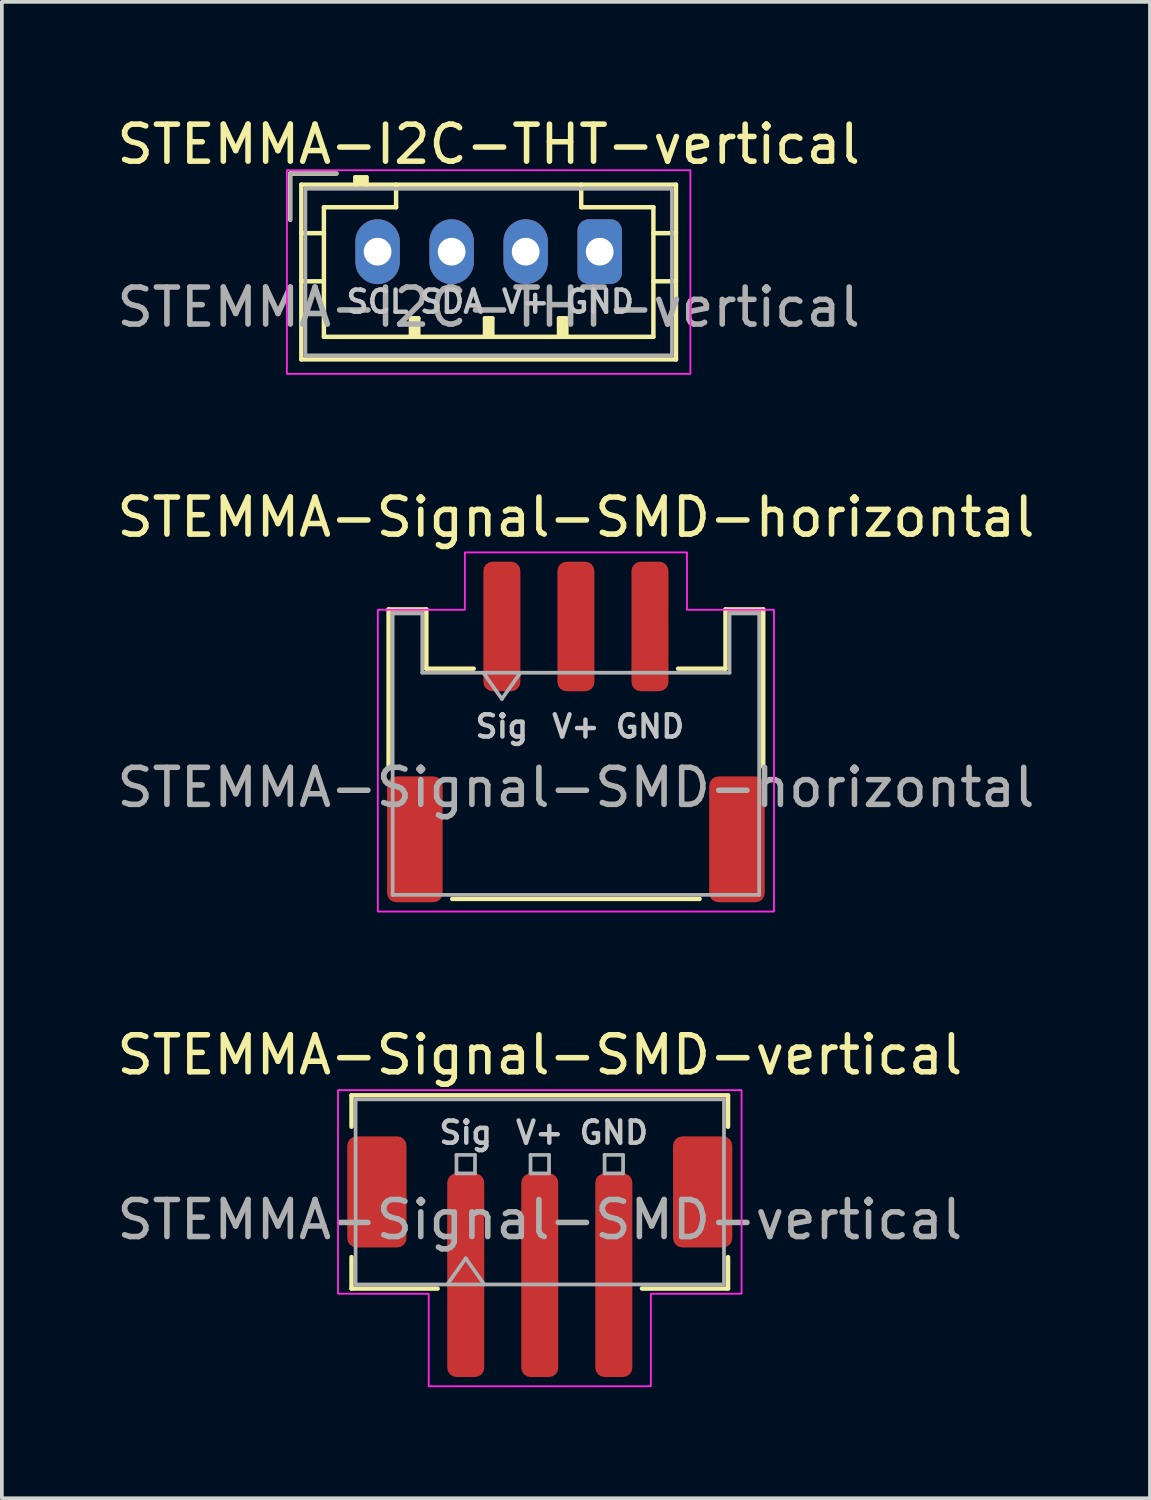
<source format=kicad_pcb>
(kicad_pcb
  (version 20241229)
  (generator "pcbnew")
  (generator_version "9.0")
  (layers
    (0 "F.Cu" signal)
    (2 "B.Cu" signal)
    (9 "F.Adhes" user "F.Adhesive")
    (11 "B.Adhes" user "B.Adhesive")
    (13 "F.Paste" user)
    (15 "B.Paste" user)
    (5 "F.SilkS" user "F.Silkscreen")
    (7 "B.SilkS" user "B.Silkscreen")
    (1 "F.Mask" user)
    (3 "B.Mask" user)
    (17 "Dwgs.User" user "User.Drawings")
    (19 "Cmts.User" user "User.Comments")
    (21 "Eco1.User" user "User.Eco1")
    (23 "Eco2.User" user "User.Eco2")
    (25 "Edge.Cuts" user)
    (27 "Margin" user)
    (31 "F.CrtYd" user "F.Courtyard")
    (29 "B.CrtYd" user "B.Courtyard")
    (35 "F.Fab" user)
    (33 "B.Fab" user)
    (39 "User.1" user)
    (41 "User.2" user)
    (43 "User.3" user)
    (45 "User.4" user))
  (footprint "STEMMA-Signal-SMD-vertical"
    (layer "F.Cu")
    (at 11.53 30.895)
    (property "Reference" "STEMMA-Signal-SMD-vertical" (at 0 -5.45 0) (layer "F.SilkS") (effects (font (size 1 1) (thickness 0.15))))
    (attr smd)
    (fp_line (start -5.085 -4.36) (end 5.085 -4.36) (stroke (width 0.12) (type solid)) (layer "F.SilkS"))
    (fp_line (start -5.085 -3.51) (end -5.085 -4.36) (stroke (width 0.12) (type solid)) (layer "F.SilkS"))
    (fp_line (start -5.085 0.01) (end -5.085 0.86) (stroke (width 0.12) (type solid)) (layer "F.SilkS"))
    (fp_line (start -5.085 0.86) (end -2.76 0.86) (stroke (width 0.12) (type solid)) (layer "F.SilkS"))
    (fp_line (start 5.085 -4.36) (end 5.085 -3.51) (stroke (width 0.12) (type solid)) (layer "F.SilkS"))
    (fp_line (start 5.085 0.01) (end 5.085 0.86) (stroke (width 0.12) (type solid)) (layer "F.SilkS"))
    (fp_line (start 5.085 0.86) (end 2.76 0.86) (stroke (width 0.12) (type solid)) (layer "F.SilkS"))
    (fp_poly (pts (xy -5.45 1) (xy -5.45 -4.5) (xy 5.45 -4.5) (xy 5.45 1) (xy 3 1) (xy 3 3.5) (xy -3 3.5) (xy -3 1)) (stroke (width 0.05) (type solid)) (fill no) (layer "F.CrtYd"))
    (fp_line (start -4.975 -4.25) (end 4.975 -4.25) (stroke (width 0.1) (type solid)) (layer "F.Fab"))
    (fp_line (start -4.975 0.75) (end -4.975 -4.25) (stroke (width 0.1) (type solid)) (layer "F.Fab"))
    (fp_line (start -4.975 0.75) (end 4.975 0.75) (stroke (width 0.1) (type solid)) (layer "F.Fab"))
    (fp_line (start -2.5 0.75) (end -2 0.043) (stroke (width 0.1) (type solid)) (layer "F.Fab"))
    (fp_line (start -2.25 -2.75) (end -2.25 -2.25) (stroke (width 0.1) (type solid)) (layer "F.Fab"))
    (fp_line (start -2.25 -2.25) (end -1.75 -2.25) (stroke (width 0.1) (type solid)) (layer "F.Fab"))
    (fp_line (start -2 0.043) (end -1.5 0.75) (stroke (width 0.1) (type solid)) (layer "F.Fab"))
    (fp_line (start -1.75 -2.75) (end -2.25 -2.75) (stroke (width 0.1) (type solid)) (layer "F.Fab"))
    (fp_line (start -1.75 -2.25) (end -1.75 -2.75) (stroke (width 0.1) (type solid)) (layer "F.Fab"))
    (fp_line (start -0.25 -2.75) (end -0.25 -2.25) (stroke (width 0.1) (type solid)) (layer "F.Fab"))
    (fp_line (start -0.25 -2.25) (end 0.25 -2.25) (stroke (width 0.1) (type solid)) (layer "F.Fab"))
    (fp_line (start 0.25 -2.75) (end -0.25 -2.75) (stroke (width 0.1) (type solid)) (layer "F.Fab"))
    (fp_line (start 0.25 -2.25) (end 0.25 -2.75) (stroke (width 0.1) (type solid)) (layer "F.Fab"))
    (fp_line (start 1.75 -2.75) (end 1.75 -2.25) (stroke (width 0.1) (type solid)) (layer "F.Fab"))
    (fp_line (start 1.75 -2.25) (end 2.25 -2.25) (stroke (width 0.1) (type solid)) (layer "F.Fab"))
    (fp_line (start 2.25 -2.75) (end 1.75 -2.75) (stroke (width 0.1) (type solid)) (layer "F.Fab"))
    (fp_line (start 2.25 -2.25) (end 2.25 -2.75) (stroke (width 0.1) (type solid)) (layer "F.Fab"))
    (fp_line (start 4.975 0.75) (end 4.975 -4.25) (stroke (width 0.1) (type solid)) (layer "F.Fab"))
    (fp_text user "V+" (at 0 -3 0) (unlocked yes) (layer "Dwgs.User") (effects (font (size 0.6 0.6) (thickness 0.12) (bold yes)) (justify bottom)))
    (fp_text user "Sig" (at -2 -3 0) (unlocked yes) (layer "Dwgs.User") (effects (font (size 0.6 0.6) (thickness 0.12) (bold yes)) (justify bottom)))
    (fp_text user "GND" (at 2 -3 0) (unlocked yes) (layer "Dwgs.User") (effects (font (size 0.6 0.6) (thickness 0.12) (bold yes)) (justify bottom)))
    (fp_text user "${REFERENCE}" (at 0 -1 0) (layer "F.Fab") (effects (font (size 1 1) (thickness 0.15))))
    (pad "1" smd roundrect (at -2 0.5) (size 1 5.5) (layers "F.Cu" "F.Mask" "F.Paste") (roundrect_rratio 0.25))
    (pad "2" smd roundrect (at 0 0.5) (size 1 5.5) (layers "F.Cu" "F.Mask" "F.Paste") (roundrect_rratio 0.25))
    (pad "3" smd roundrect (at 2 0.5) (size 1 5.5) (layers "F.Cu" "F.Mask" "F.Paste") (roundrect_rratio 0.25))
    (pad "MP" smd roundrect (at -4.4 -1.75) (size 1.6 3) (layers "F.Cu" "F.Mask" "F.Paste") (roundrect_rratio 0.156))
    (pad "MP" smd roundrect (at 4.4 -1.75) (size 1.6 3) (layers "F.Cu" "F.Mask" "F.Paste") (roundrect_rratio 0.156)))
  (footprint "STEMMA-Signal-SMD-horizontal"
    (layer "F.Cu")
    (at 12.506 16.721)
    (property "Reference" "STEMMA-Signal-SMD-horizontal" (at 0 -5.8 0) (layer "F.SilkS") (effects (font (size 1 1) (thickness 0.15))))
    (attr smd)
    (fp_line (start -5.06 -3.31) (end -4.04 -3.31) (stroke (width 0.12) (type solid)) (layer "F.SilkS"))
    (fp_line (start -5.06 0.94) (end -5.06 -3.31) (stroke (width 0.12) (type solid)) (layer "F.SilkS"))
    (fp_line (start -4.04 -3.31) (end -4.04 -1.71) (stroke (width 0.12) (type solid)) (layer "F.SilkS"))
    (fp_line (start -4.04 -1.71) (end -2.76 -1.71) (stroke (width 0.12) (type solid)) (layer "F.SilkS"))
    (fp_line (start -3.34 4.51) (end 3.34 4.51) (stroke (width 0.12) (type solid)) (layer "F.SilkS"))
    (fp_line (start 4.04 -3.31) (end 4.04 -1.71) (stroke (width 0.12) (type solid)) (layer "F.SilkS"))
    (fp_line (start 4.04 -1.71) (end 2.76 -1.71) (stroke (width 0.12) (type solid)) (layer "F.SilkS"))
    (fp_line (start 5.06 -3.31) (end 4.04 -3.31) (stroke (width 0.12) (type solid)) (layer "F.SilkS"))
    (fp_line (start 5.06 0.94) (end 5.06 -3.31) (stroke (width 0.12) (type solid)) (layer "F.SilkS"))
    (fp_poly (pts (xy 5.35 4.85) (xy -5.35 4.85) (xy -5.35 -3.3) (xy -3 -3.3) (xy -3 -4.85) (xy 3 -4.85) (xy 3 -3.3) (xy 5.35 -3.3)) (stroke (width 0.05) (type solid)) (fill no) (layer "F.CrtYd"))
    (fp_line (start -4.95 -3.2) (end -4.95 4.4) (stroke (width 0.1) (type solid)) (layer "F.Fab"))
    (fp_line (start -4.95 -3.2) (end -4.15 -3.2) (stroke (width 0.1) (type solid)) (layer "F.Fab"))
    (fp_line (start -4.95 4.4) (end 4.95 4.4) (stroke (width 0.1) (type solid)) (layer "F.Fab"))
    (fp_line (start -4.15 -3.2) (end -4.15 -1.6) (stroke (width 0.1) (type solid)) (layer "F.Fab"))
    (fp_line (start -4.15 -1.6) (end 4.15 -1.6) (stroke (width 0.1) (type solid)) (layer "F.Fab"))
    (fp_line (start -2.5 -1.6) (end -2 -0.893) (stroke (width 0.1) (type solid)) (layer "F.Fab"))
    (fp_line (start -2 -0.893) (end -1.5 -1.6) (stroke (width 0.1) (type solid)) (layer "F.Fab"))
    (fp_line (start 4.15 -3.2) (end 4.95 -3.2) (stroke (width 0.1) (type solid)) (layer "F.Fab"))
    (fp_line (start 4.15 -1.6) (end 4.15 -3.2) (stroke (width 0.1) (type solid)) (layer "F.Fab"))
    (fp_line (start 4.95 -3.2) (end 4.95 4.4) (stroke (width 0.1) (type solid)) (layer "F.Fab"))
    (fp_text user "Sig" (at -2 -0.5 0) (unlocked yes) (layer "Dwgs.User") (effects (font (size 0.6 0.6) (thickness 0.12) (bold yes)) (justify top)))
    (fp_text user "GND" (at 2 -0.5 0) (unlocked yes) (layer "Dwgs.User") (effects (font (size 0.6 0.6) (thickness 0.12) (bold yes)) (justify top)))
    (fp_text user "V+" (at 0 -0.5 0) (unlocked yes) (layer "Dwgs.User") (effects (font (size 0.6 0.6) (thickness 0.12) (bold yes)) (justify top)))
    (fp_text user "${REFERENCE}" (at 0 1.5 0) (layer "F.Fab") (effects (font (size 1 1) (thickness 0.15))))
    (pad "1" smd roundrect (at -2 -2.85) (size 1 3.5) (layers "F.Cu" "F.Mask" "F.Paste") (roundrect_rratio 0.25))
    (pad "2" smd roundrect (at 0 -2.85) (size 1 3.5) (layers "F.Cu" "F.Mask" "F.Paste") (roundrect_rratio 0.25))
    (pad "3" smd roundrect (at 2 -2.85) (size 1 3.5) (layers "F.Cu" "F.Mask" "F.Paste") (roundrect_rratio 0.25))
    (pad "MP" smd roundrect (at -4.35 2.9) (size 1.5 3.4) (layers "F.Cu" "F.Mask" "F.Paste") (roundrect_rratio 0.167))
    (pad "MP" smd roundrect (at 4.35 2.9) (size 1.5 3.4) (layers "F.Cu" "F.Mask" "F.Paste") (roundrect_rratio 0.167)))
  (footprint "STEMMA-I2C-THT-vertical"
    (layer "F.Cu")
    (at 7.149 3.748)
    (property "Reference" "STEMMA-I2C-THT-vertical" (at 3 -2.9 0) (layer "F.SilkS") (effects (font (size 1 1) (thickness 0.15))))
    (attr through_hole)
    (fp_line (start -2.36 -2.11) (end -2.36 -0.86) (stroke (width 0.12) (type solid)) (layer "F.SilkS"))
    (fp_line (start -2.06 -1.81) (end -2.06 2.91) (stroke (width 0.12) (type solid)) (layer "F.SilkS"))
    (fp_line (start -2.06 -0.5) (end -1.45 -0.5) (stroke (width 0.12) (type solid)) (layer "F.SilkS"))
    (fp_line (start -2.06 0.8) (end -1.45 0.8) (stroke (width 0.12) (type solid)) (layer "F.SilkS"))
    (fp_line (start -2.06 2.91) (end 8.06 2.91) (stroke (width 0.12) (type solid)) (layer "F.SilkS"))
    (fp_line (start -1.45 -1.2) (end -1.45 2.3) (stroke (width 0.12) (type solid)) (layer "F.SilkS"))
    (fp_line (start -1.45 2.3) (end 7.45 2.3) (stroke (width 0.12) (type solid)) (layer "F.SilkS"))
    (fp_line (start -1.11 -2.11) (end -2.36 -2.11) (stroke (width 0.12) (type solid)) (layer "F.SilkS"))
    (fp_line (start -0.6 -2.01) (end -0.6 -1.81) (stroke (width 0.12) (type solid)) (layer "F.SilkS"))
    (fp_line (start -0.3 -2.01) (end -0.6 -2.01) (stroke (width 0.12) (type solid)) (layer "F.SilkS"))
    (fp_line (start -0.3 -1.91) (end -0.6 -1.91) (stroke (width 0.12) (type solid)) (layer "F.SilkS"))
    (fp_line (start -0.3 -1.81) (end -0.3 -2.01) (stroke (width 0.12) (type solid)) (layer "F.SilkS"))
    (fp_line (start 0.5 -1.81) (end 0.5 -1.2) (stroke (width 0.12) (type solid)) (layer "F.SilkS"))
    (fp_line (start 0.5 -1.2) (end -1.45 -1.2) (stroke (width 0.12) (type solid)) (layer "F.SilkS"))
    (fp_line (start 0.9 1.8) (end 1.1 1.8) (stroke (width 0.12) (type solid)) (layer "F.SilkS"))
    (fp_line (start 0.9 2.3) (end 0.9 1.8) (stroke (width 0.12) (type solid)) (layer "F.SilkS"))
    (fp_line (start 1 2.3) (end 1 1.8) (stroke (width 0.12) (type solid)) (layer "F.SilkS"))
    (fp_line (start 1.1 1.8) (end 1.1 2.3) (stroke (width 0.12) (type solid)) (layer "F.SilkS"))
    (fp_line (start 2.9 1.8) (end 3.1 1.8) (stroke (width 0.12) (type solid)) (layer "F.SilkS"))
    (fp_line (start 2.9 2.3) (end 2.9 1.8) (stroke (width 0.12) (type solid)) (layer "F.SilkS"))
    (fp_line (start 3 2.3) (end 3 1.8) (stroke (width 0.12) (type solid)) (layer "F.SilkS"))
    (fp_line (start 3.1 1.8) (end 3.1 2.3) (stroke (width 0.12) (type solid)) (layer "F.SilkS"))
    (fp_line (start 4.9 1.8) (end 5.1 1.8) (stroke (width 0.12) (type solid)) (layer "F.SilkS"))
    (fp_line (start 4.9 2.3) (end 4.9 1.8) (stroke (width 0.12) (type solid)) (layer "F.SilkS"))
    (fp_line (start 5 2.3) (end 5 1.8) (stroke (width 0.12) (type solid)) (layer "F.SilkS"))
    (fp_line (start 5.1 1.8) (end 5.1 2.3) (stroke (width 0.12) (type solid)) (layer "F.SilkS"))
    (fp_line (start 5.5 -1.2) (end 5.5 -1.81) (stroke (width 0.12) (type solid)) (layer "F.SilkS"))
    (fp_line (start 7.45 -1.2) (end 5.5 -1.2) (stroke (width 0.12) (type solid)) (layer "F.SilkS"))
    (fp_line (start 7.45 2.3) (end 7.45 -1.2) (stroke (width 0.12) (type solid)) (layer "F.SilkS"))
    (fp_line (start 8.06 -1.81) (end -2.06 -1.81) (stroke (width 0.12) (type solid)) (layer "F.SilkS"))
    (fp_line (start 8.06 -0.5) (end 7.45 -0.5) (stroke (width 0.12) (type solid)) (layer "F.SilkS"))
    (fp_line (start 8.06 0.8) (end 7.45 0.8) (stroke (width 0.12) (type solid)) (layer "F.SilkS"))
    (fp_line (start 8.06 2.91) (end 8.06 -1.81) (stroke (width 0.12) (type solid)) (layer "F.SilkS"))
    (fp_poly (pts (xy 8.45 -2.2) (xy 8.45 3.3) (xy -2.45 3.3) (xy -2.45 -2.2)) (stroke (width 0.05) (type solid)) (fill no) (layer "F.CrtYd"))
    (fp_line (start -2.36 -2.11) (end -2.36 -0.86) (stroke (width 0.1) (type solid)) (layer "F.Fab"))
    (fp_line (start -1.95 -1.7) (end -1.95 2.8) (stroke (width 0.1) (type solid)) (layer "F.Fab"))
    (fp_line (start -1.95 2.8) (end 7.95 2.8) (stroke (width 0.1) (type solid)) (layer "F.Fab"))
    (fp_line (start -1.11 -2.11) (end -2.36 -2.11) (stroke (width 0.1) (type solid)) (layer "F.Fab"))
    (fp_line (start 7.95 -1.7) (end -1.95 -1.7) (stroke (width 0.1) (type solid)) (layer "F.Fab"))
    (fp_line (start 7.95 2.8) (end 7.95 -1.7) (stroke (width 0.1) (type solid)) (layer "F.Fab"))
    (fp_text user "GND" (at 6 1 0) (unlocked yes) (layer "Dwgs.User") (effects (font (size 0.6 0.6) (thickness 0.12) (bold yes)) (justify top)))
    (fp_text user "SDA" (at 2 1 0) (unlocked yes) (layer "Dwgs.User") (effects (font (size 0.6 0.6) (thickness 0.12) (bold yes)) (justify top)))
    (fp_text user "V+" (at 4 1 0) (unlocked yes) (layer "Dwgs.User") (effects (font (size 0.6 0.6) (thickness 0.12) (bold yes)) (justify top)))
    (fp_text user "SCL" (at 0 1 0) (unlocked yes) (layer "Dwgs.User") (effects (font (size 0.6 0.6) (thickness 0.12) (bold yes)) (justify top)))
    (fp_text user "${REFERENCE}" (at 3 1.5 0) (layer "F.Fab") (effects (font (size 1 1) (thickness 0.15))))
    (pad "1" thru_hole oval (at 0 0) (size 1.2 1.75) (drill 0.75) (layers "*.Cu" "*.Mask"))
    (pad "2" thru_hole oval (at 2 0) (size 1.2 1.75) (drill 0.75) (layers "*.Cu" "*.Mask"))
    (pad "3" thru_hole oval (at 4 0) (size 1.2 1.75) (drill 0.75) (layers "*.Cu" "*.Mask"))
    (pad "4" thru_hole roundrect (at 6 0) (size 1.2 1.75) (drill 0.75) (layers "*.Cu" "*.Mask") (roundrect_rratio 0.25)))
  (gr_rect
    (start -3 -3)
    (end 28.012 37.42)
    (stroke (width 0.1) (type default))
    (fill no)
    (layer "Edge.Cuts")))
</source>
